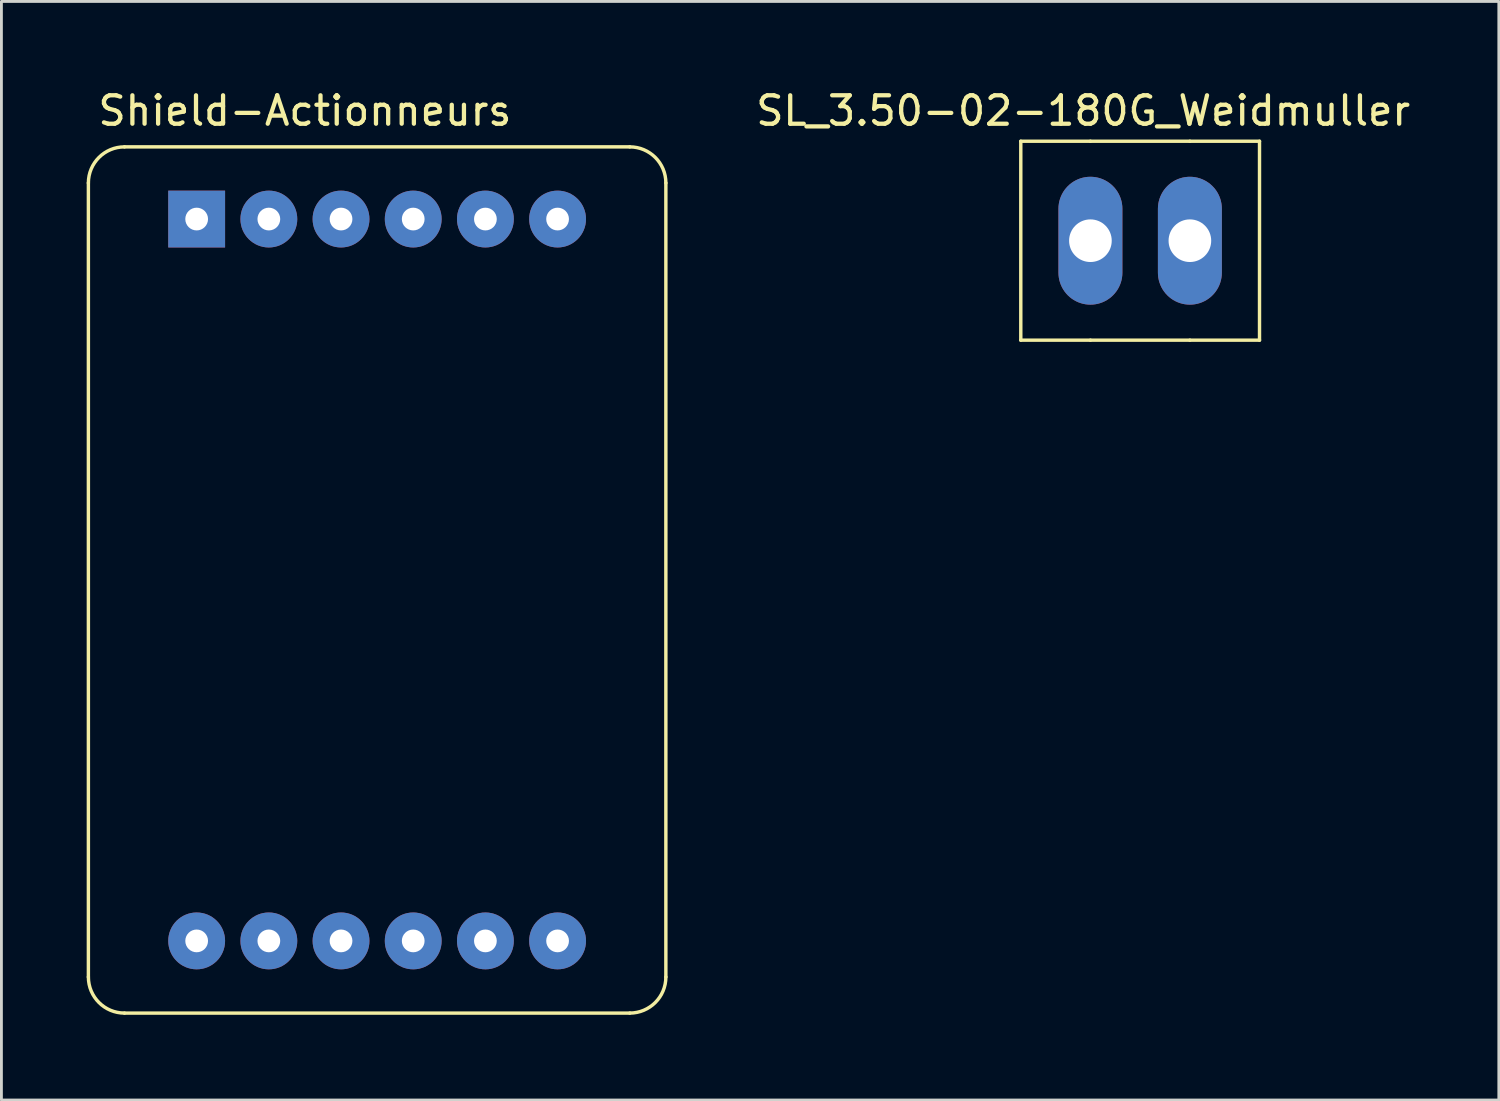
<source format=kicad_pcb>
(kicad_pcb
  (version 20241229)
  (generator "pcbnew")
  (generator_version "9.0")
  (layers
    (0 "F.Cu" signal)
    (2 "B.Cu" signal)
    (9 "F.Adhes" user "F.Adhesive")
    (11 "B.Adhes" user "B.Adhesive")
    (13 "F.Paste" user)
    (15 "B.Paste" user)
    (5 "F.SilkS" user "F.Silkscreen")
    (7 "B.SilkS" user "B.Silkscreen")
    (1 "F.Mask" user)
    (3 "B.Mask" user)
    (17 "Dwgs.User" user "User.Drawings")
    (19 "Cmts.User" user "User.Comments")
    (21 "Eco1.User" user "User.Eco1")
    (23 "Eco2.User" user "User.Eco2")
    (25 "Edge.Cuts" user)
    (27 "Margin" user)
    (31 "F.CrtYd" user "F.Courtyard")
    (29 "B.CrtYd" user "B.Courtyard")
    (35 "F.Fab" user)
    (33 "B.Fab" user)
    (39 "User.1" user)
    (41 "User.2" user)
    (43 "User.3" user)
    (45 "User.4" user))
  (footprint "SL_3.50-02-180G_Weidmuller"
    (layer "F.Cu")
    (at 35.319 5.42)
    (property "Reference" "SL_3.50-02-180G_Weidmuller" (at -0.254 -4.572 0) (layer "F.SilkS") (effects (font (size 1 1) (thickness 0.15))))
    (attr through_hole)
    (fp_line (start -2.45 -3.5) (end -2.45 3.5) (stroke (width 0.12) (type solid)) (layer "F.SilkS"))
    (fp_line (start -2.45 -3.5) (end 0 -3.5) (stroke (width 0.12) (type solid)) (layer "F.SilkS"))
    (fp_line (start -2.45 3.5) (end 0 3.5) (stroke (width 0.12) (type solid)) (layer "F.SilkS"))
    (fp_line (start 0 -3.5) (end 3.5 -3.5) (stroke (width 0.12) (type solid)) (layer "F.SilkS"))
    (fp_line (start 0 3.5) (end 3.5 3.5) (stroke (width 0.12) (type solid)) (layer "F.SilkS"))
    (fp_line (start 3.5 -3.5) (end 5.95 -3.5) (stroke (width 0.12) (type solid)) (layer "F.SilkS"))
    (fp_line (start 5.95 -3.5) (end 5.95 3.5) (stroke (width 0.12) (type solid)) (layer "F.SilkS"))
    (fp_line (start 5.95 3.5) (end 3.5 3.5) (stroke (width 0.12) (type solid)) (layer "F.SilkS"))
    (pad "1" thru_hole oval (at 0 0) (size 2.25 4.5) (drill 1.5) (layers "*.Cu" "*.Mask"))
    (pad "2" thru_hole oval (at 3.5 0) (size 2.25 4.5) (drill 1.5) (layers "*.Cu" "*.Mask")))
  (footprint "Shield-Actionneurs"
    (layer "F.Cu")
    (at 3.87 4.658)
    (property "Reference" "Shield-Actionneurs" (at 3.81 -3.81 0) (layer "F.SilkS") (effects (font (size 1 1) (thickness 0.15))))
    (attr through_hole)
    (fp_line (start -3.81 -1.27) (end -3.81 26.67) (stroke (width 0.12) (type solid)) (layer "F.SilkS"))
    (fp_line (start -2.54 27.94) (end 15.24 27.94) (stroke (width 0.12) (type solid)) (layer "F.SilkS"))
    (fp_line (start 15.24 -2.54) (end -2.54 -2.54) (stroke (width 0.12) (type solid)) (layer "F.SilkS"))
    (fp_line (start 16.51 26.67) (end 16.51 -1.27) (stroke (width 0.12) (type solid)) (layer "F.SilkS"))
    (fp_arc (start -3.81 -1.27) (mid -3.438026 -2.168026) (end -2.54 -2.54) (stroke (width 0.12) (type solid)) (layer "F.SilkS"))
    (fp_arc (start -2.54 27.94) (mid -3.438026 27.568026) (end -3.81 26.67) (stroke (width 0.12) (type solid)) (layer "F.SilkS"))
    (fp_arc (start 15.24 -2.54) (mid 16.138026 -2.168026) (end 16.51 -1.27) (stroke (width 0.12) (type solid)) (layer "F.SilkS"))
    (fp_arc (start 16.51 26.67) (mid 16.138026 27.568026) (end 15.24 27.94) (stroke (width 0.12) (type solid)) (layer "F.SilkS"))
    (pad "1" thru_hole rect (at 0 0) (size 2 2) (drill 0.8) (layers "*.Cu" "*.Mask"))
    (pad "2" thru_hole circle (at 2.54 0) (size 2 2) (drill 0.8) (layers "*.Cu" "*.Mask"))
    (pad "3" thru_hole circle (at 5.08 0) (size 2 2) (drill 0.8) (layers "*.Cu" "*.Mask"))
    (pad "4" thru_hole circle (at 7.62 0) (size 2 2) (drill 0.8) (layers "*.Cu" "*.Mask"))
    (pad "5" thru_hole circle (at 10.16 0) (size 2 2) (drill 0.8) (layers "*.Cu" "*.Mask"))
    (pad "6" thru_hole circle (at 12.7 0) (size 2 2) (drill 0.8) (layers "*.Cu" "*.Mask"))
    (pad "7" thru_hole circle (at 0 25.4) (size 2 2) (drill 0.8) (layers "*.Cu" "*.Mask"))
    (pad "8" thru_hole circle (at 2.54 25.4) (size 2 2) (drill 0.8) (layers "*.Cu" "*.Mask"))
    (pad "9" thru_hole circle (at 5.08 25.4) (size 2 2) (drill 0.8) (layers "*.Cu" "*.Mask"))
    (pad "10" thru_hole circle (at 7.62 25.4) (size 2 2) (drill 0.8) (layers "*.Cu" "*.Mask"))
    (pad "11" thru_hole circle (at 10.16 25.4) (size 2 2) (drill 0.8) (layers "*.Cu" "*.Mask"))
    (pad "12" thru_hole circle (at 12.7 25.4) (size 2 2) (drill 0.8) (layers "*.Cu" "*.Mask")))
  (gr_rect
    (start -3 -3)
    (end 49.69 35.658)
    (stroke (width 0.1) (type default))
    (fill no)
    (layer "Edge.Cuts")))
</source>
